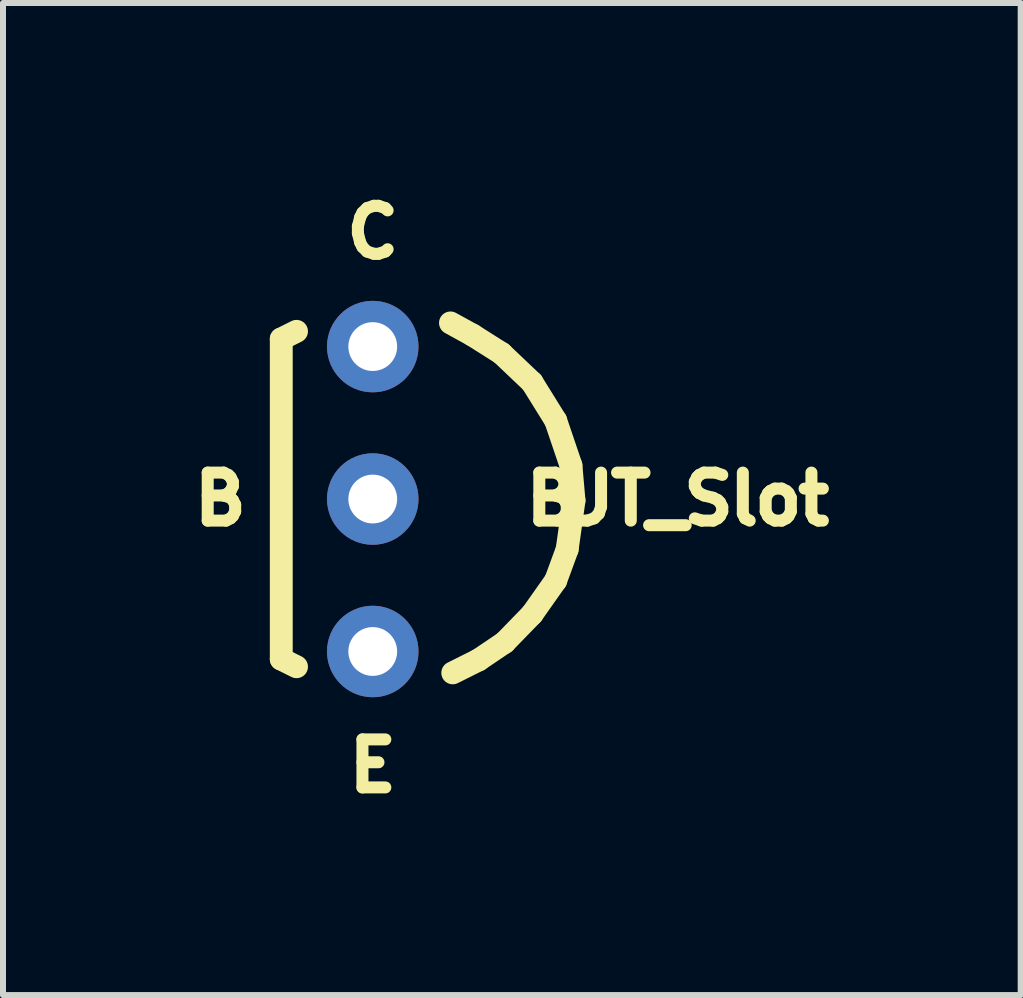
<source format=kicad_pcb>
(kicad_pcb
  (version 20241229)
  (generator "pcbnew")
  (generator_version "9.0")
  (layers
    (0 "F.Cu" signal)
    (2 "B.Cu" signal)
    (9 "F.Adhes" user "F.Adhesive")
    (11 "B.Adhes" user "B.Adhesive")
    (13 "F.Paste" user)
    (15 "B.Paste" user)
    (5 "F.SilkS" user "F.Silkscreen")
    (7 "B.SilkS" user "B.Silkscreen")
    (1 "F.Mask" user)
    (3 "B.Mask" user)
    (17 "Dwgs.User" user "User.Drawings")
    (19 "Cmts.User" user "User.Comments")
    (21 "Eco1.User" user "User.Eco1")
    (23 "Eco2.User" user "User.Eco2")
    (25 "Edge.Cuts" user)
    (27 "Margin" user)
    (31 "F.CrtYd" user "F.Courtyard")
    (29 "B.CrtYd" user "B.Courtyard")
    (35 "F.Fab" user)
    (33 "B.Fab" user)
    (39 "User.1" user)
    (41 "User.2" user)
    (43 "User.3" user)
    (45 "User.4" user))
  (footprint "BJT_Slot"
    (layer "F.Cu")
    (at 3.16 5.264)
    (property "Reference" "BJT_Slot" (at 5.08 0 180) (layer "F.SilkS") (effects (font (size 0.8 0.8) (thickness 0.2))))
    (attr through_hole)
    (fp_line (start -1.524 -2.667) (end -1.524 2.667) (stroke (width 0.381) (type solid)) (layer "F.SilkS"))
    (fp_line (start -1.524 -2.667) (end -1.27 -2.794) (stroke (width 0.381) (type solid)) (layer "F.SilkS"))
    (fp_line (start -1.524 2.667) (end -1.27 2.794) (stroke (width 0.381) (type solid)) (layer "F.SilkS"))
    (fp_line (start 1.295 -2.934) (end 1.664 -2.731) (stroke (width 0.381) (type solid)) (layer "F.SilkS"))
    (fp_line (start 1.664 -2.731) (end 2.146 -2.426) (stroke (width 0.381) (type solid)) (layer "F.SilkS"))
    (fp_line (start 1.765 2.68) (end 1.333 2.896) (stroke (width 0.381) (type solid)) (layer "F.SilkS"))
    (fp_line (start 2.146 -2.426) (end 2.654 -1.943) (stroke (width 0.381) (type solid)) (layer "F.SilkS"))
    (fp_line (start 2.197 2.388) (end 1.765 2.68) (stroke (width 0.381) (type solid)) (layer "F.SilkS"))
    (fp_line (start 2.654 -1.943) (end 3.048 -1.308) (stroke (width 0.381) (type solid)) (layer "F.SilkS"))
    (fp_line (start 2.654 1.918) (end 2.197 2.388) (stroke (width 0.381) (type solid)) (layer "F.SilkS"))
    (fp_line (start 3.048 -1.308) (end 3.302 -0.559) (stroke (width 0.381) (type solid)) (layer "F.SilkS"))
    (fp_line (start 3.048 1.359) (end 2.654 1.918) (stroke (width 0.381) (type solid)) (layer "F.SilkS"))
    (fp_line (start 3.239 0.838) (end 3.048 1.359) (stroke (width 0.381) (type solid)) (layer "F.SilkS"))
    (fp_line (start 3.302 -0.559) (end 3.353 0.025) (stroke (width 0.381) (type solid)) (layer "F.SilkS"))
    (fp_line (start 3.353 0.025) (end 3.239 0.838) (stroke (width 0.381) (type solid)) (layer "F.SilkS"))
    (fp_text user "E" (at 0 4.445 0) (layer "F.SilkS") (effects (font (size 0.8 0.8) (thickness 0.2))))
    (fp_text user "C" (at 0 -4.445 0) (layer "F.SilkS") (effects (font (size 0.8 0.8) (thickness 0.2))))
    (fp_text user "B" (at -2.54 0 0) (layer "F.SilkS") (effects (font (size 0.8 0.8) (thickness 0.2))))
    (pad "1" thru_hole circle (at 0 -2.54) (size 1.524 1.524) (drill 0.813) (layers "*.Cu" "*.Mask"))
    (pad "2" thru_hole circle (at 0 0) (size 1.524 1.524) (drill 0.813) (layers "*.Cu" "*.Mask"))
    (pad "3" thru_hole circle (at 0 2.54) (size 1.524 1.524) (drill 0.813) (layers "*.Cu" "*.Mask")))
  (gr_rect
    (start -3 -3)
    (end 13.955 13.528)
    (stroke (width 0.1) (type default))
    (fill no)
    (layer "Edge.Cuts")))
</source>
